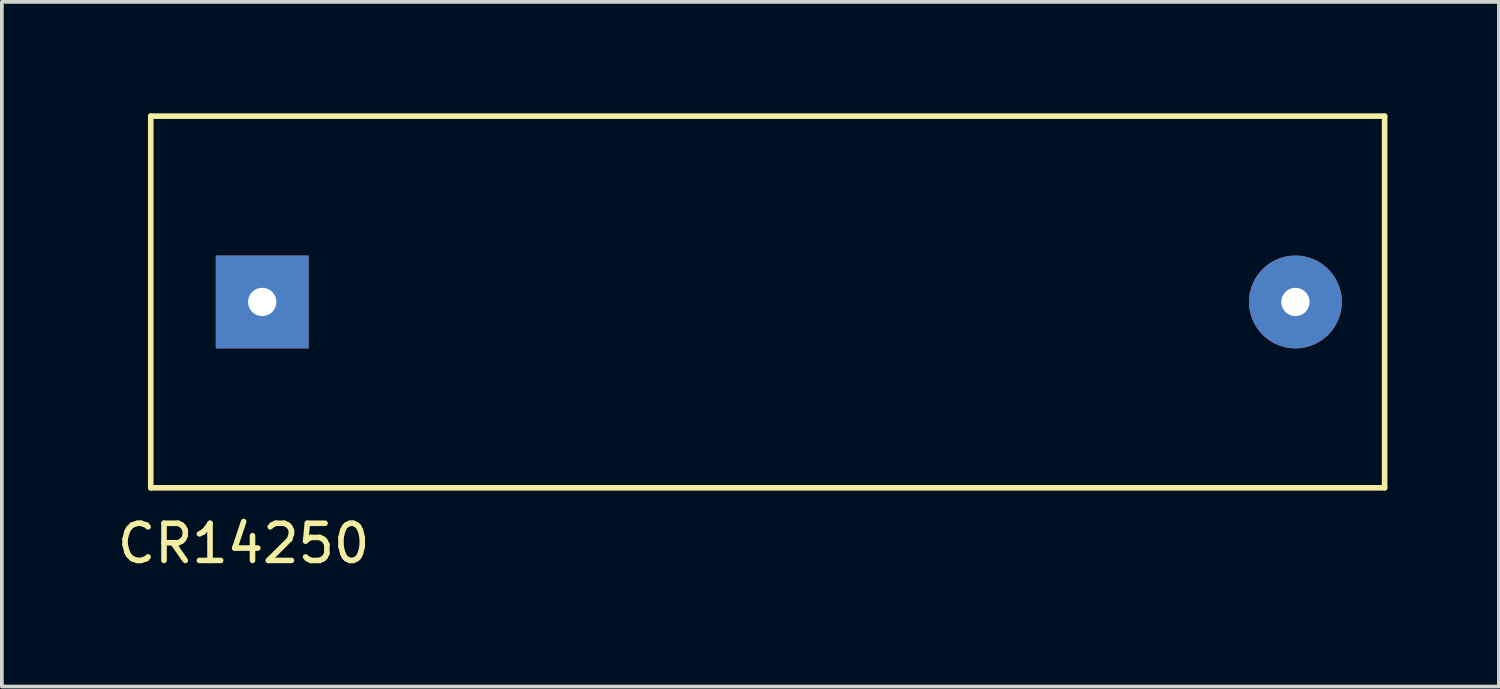
<source format=kicad_pcb>
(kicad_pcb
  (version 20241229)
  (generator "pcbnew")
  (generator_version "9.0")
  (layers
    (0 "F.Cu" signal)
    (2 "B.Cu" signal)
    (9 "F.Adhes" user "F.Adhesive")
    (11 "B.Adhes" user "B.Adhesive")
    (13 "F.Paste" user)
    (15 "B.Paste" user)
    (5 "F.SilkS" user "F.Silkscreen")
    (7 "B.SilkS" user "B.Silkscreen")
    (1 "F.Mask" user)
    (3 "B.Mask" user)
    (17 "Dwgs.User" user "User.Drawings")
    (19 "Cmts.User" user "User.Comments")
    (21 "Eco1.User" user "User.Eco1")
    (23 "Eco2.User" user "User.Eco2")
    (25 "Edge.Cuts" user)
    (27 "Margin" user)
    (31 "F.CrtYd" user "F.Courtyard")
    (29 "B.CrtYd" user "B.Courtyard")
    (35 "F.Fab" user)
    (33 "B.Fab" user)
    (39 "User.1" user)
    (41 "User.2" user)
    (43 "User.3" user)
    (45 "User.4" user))
  (footprint "CR14250"
    (layer "F.Cu")
    (at 9.006 5.075)
    (property "Reference" "CR14250" (at -5.5 6.5 0) (layer "F.SilkS") (effects (font (size 1 1) (thickness 0.15))))
    (attr through_hole)
    (fp_line (start -8 -5) (end -8 5) (stroke (width 0.15) (type solid)) (layer "F.SilkS"))
    (fp_line (start -8 5) (end 25.2 5) (stroke (width 0.15) (type solid)) (layer "F.SilkS"))
    (fp_line (start 25.2 -5) (end -8 -5) (stroke (width 0.15) (type solid)) (layer "F.SilkS"))
    (fp_line (start 25.2 5) (end 25.2 -5) (stroke (width 0.15) (type solid)) (layer "F.SilkS"))
    (pad "1" thru_hole rect (at -5 0) (size 2.5 2.5) (drill 0.762) (layers "*.Cu" "*.Mask"))
    (pad "2" thru_hole circle (at 22.8 0) (size 2.5 2.5) (drill 0.762) (layers "*.Cu" "*.Mask")))
  (gr_rect
    (start -3 -3)
    (end 37.281 15.423)
    (stroke (width 0.1) (type default))
    (fill no)
    (layer "Edge.Cuts")))
</source>
